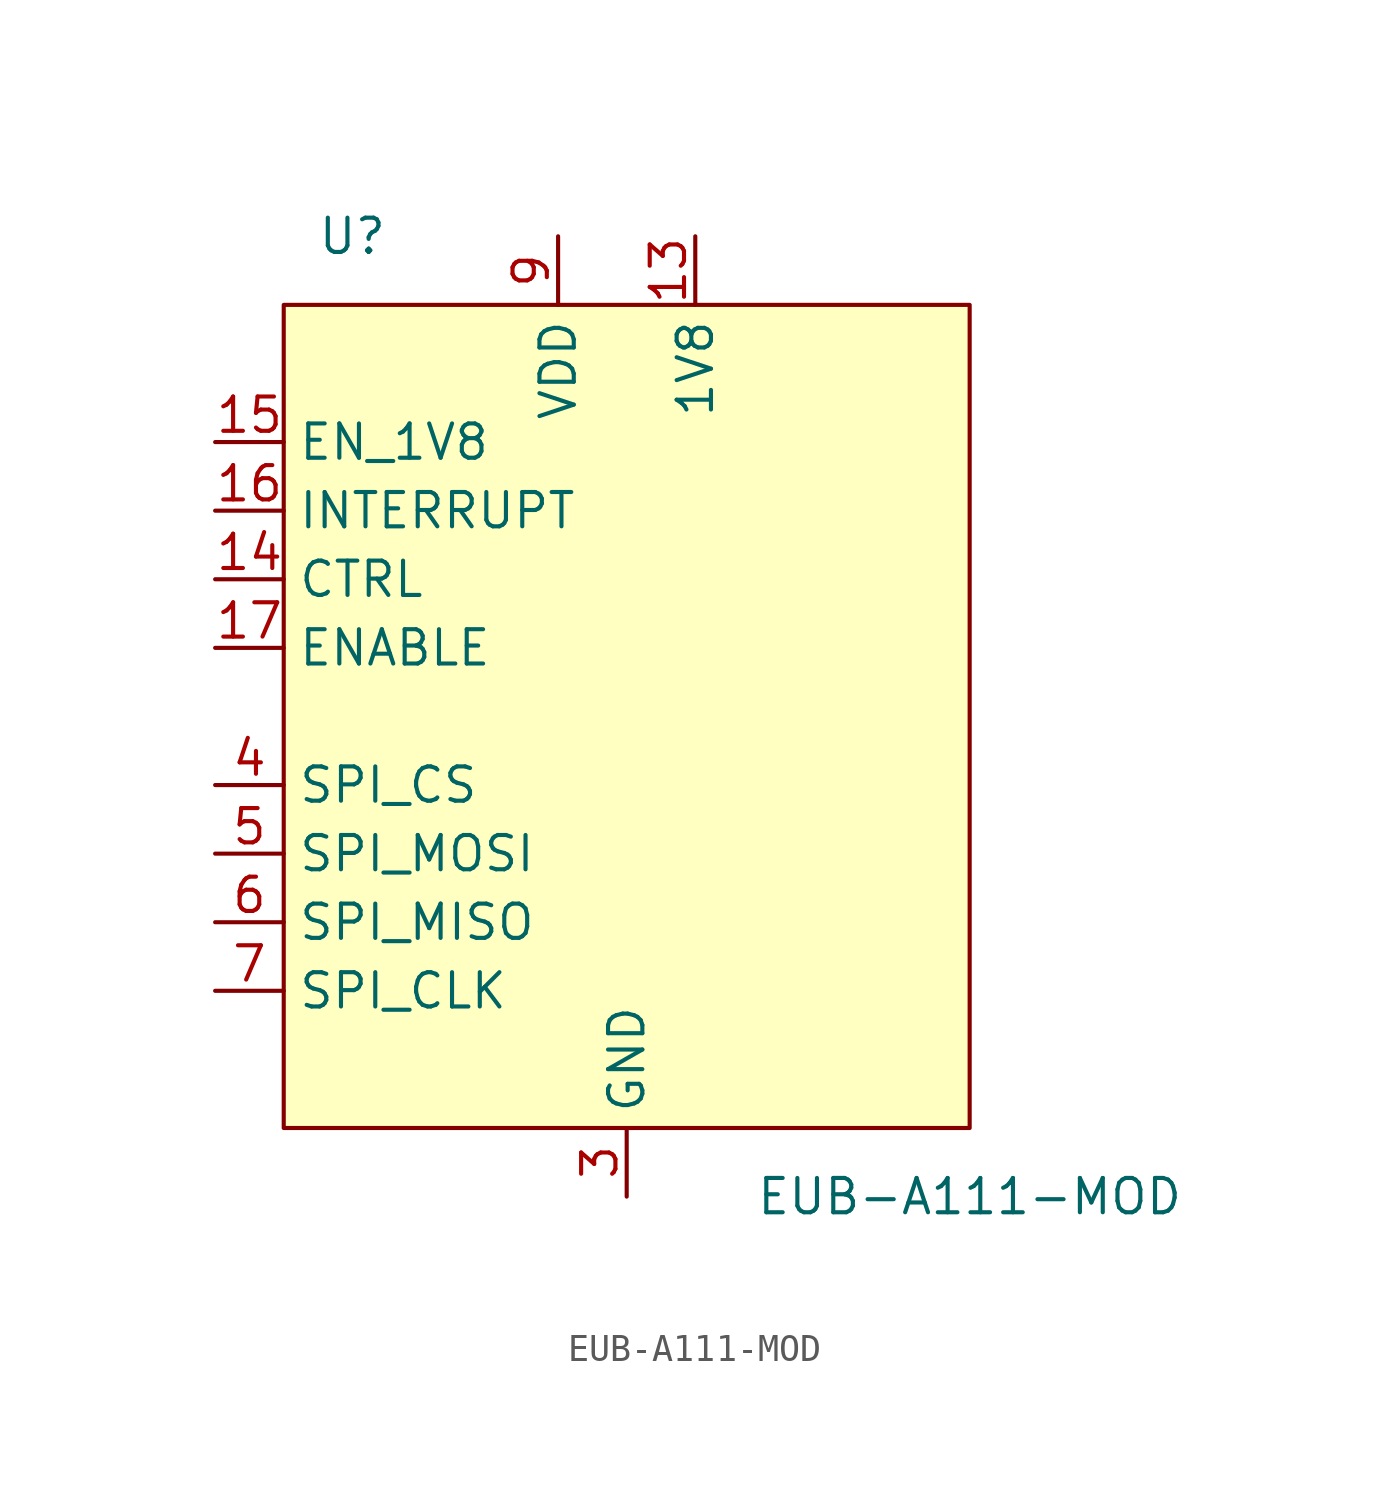
<source format=kicad_sym>
(kicad_symbol_lib
  (version 20211014)
  (generator kicad_symbol_editor)
  (symbol "EUB-A111-MOD"
    (property "Reference" "U"
      (at -10.16 17.78 0)
      (effects (font (size 1.27 1.27))))
    (property "Value" "EUB-A111-MOD"
      (at 12.7 -17.78 0)
      (effects (font (size 1.27 1.27))))
    (symbol "EUB-A111-MOD_0_0"
      (pin passive line (at 0 -17.78 90) (length 2.54) hide (name "GND" (effects (font (size 1.27 1.27)))) (number "1" (effects (font (size 1.27 1.27)))))
      (pin passive line (at 0 -17.78 90) (length 2.54) hide (name "GND" (effects (font (size 1.27 1.27)))) (number "10" (effects (font (size 1.27 1.27)))))
      (pin passive line (at 0 -17.78 90) (length 2.54) hide (name "GND" (effects (font (size 1.27 1.27)))) (number "11" (effects (font (size 1.27 1.27)))))
      (pin passive line (at 0 -17.78 90) (length 2.54) hide (name "GND" (effects (font (size 1.27 1.27)))) (number "12" (effects (font (size 1.27 1.27)))))
      (pin power_in line (at 2.54 17.78 270) (length 2.54) (name "1V8" (effects (font (size 1.27 1.27)))) (number "13" (effects (font (size 1.27 1.27)))))
      (pin bidirectional line (at -15.24 5.08 0) (length 2.54) (name "CTRL" (effects (font (size 1.27 1.27)))) (number "14" (effects (font (size 1.27 1.27)))))
      (pin input line (at -15.24 10.16 0) (length 2.54) (name "EN_1V8" (effects (font (size 1.27 1.27)))) (number "15" (effects (font (size 1.27 1.27)))))
      (pin output line (at -15.24 7.62 0) (length 2.54) (name "INTERRUPT" (effects (font (size 1.27 1.27)))) (number "16" (effects (font (size 1.27 1.27)))))
      (pin input line (at -15.24 2.54 0) (length 2.54) (name "ENABLE" (effects (font (size 1.27 1.27)))) (number "17" (effects (font (size 1.27 1.27)))))
      (pin passive line (at -2.54 17.78 270) (length 2.54) hide (name "VDD" (effects (font (size 1.27 1.27)))) (number "18" (effects (font (size 1.27 1.27)))))
      (pin passive line (at 0 -17.78 90) (length 2.54) hide (name "GND" (effects (font (size 1.27 1.27)))) (number "2" (effects (font (size 1.27 1.27)))))
      (pin power_in line (at 0 -17.78 90) (length 2.54) (name "GND" (effects (font (size 1.27 1.27)))) (number "3" (effects (font (size 1.27 1.27)))))
      (pin input line (at -15.24 -2.54 0) (length 2.54) (name "SPI_CS" (effects (font (size 1.27 1.27)))) (number "4" (effects (font (size 1.27 1.27)))))
      (pin input line (at -15.24 -5.08 0) (length 2.54) (name "SPI_MOSI" (effects (font (size 1.27 1.27)))) (number "5" (effects (font (size 1.27 1.27)))))
      (pin output line (at -15.24 -7.62 0) (length 2.54) (name "SPI_MISO" (effects (font (size 1.27 1.27)))) (number "6" (effects (font (size 1.27 1.27)))))
      (pin input line (at -15.24 -10.16 0) (length 2.54) (name "SPI_CLK" (effects (font (size 1.27 1.27)))) (number "7" (effects (font (size 1.27 1.27)))))
      (pin passive line (at 0 -17.78 90) (length 2.54) hide (name "GND" (effects (font (size 1.27 1.27)))) (number "8" (effects (font (size 1.27 1.27)))))
      (pin power_in line (at -2.54 17.78 270) (length 2.54) (name "VDD" (effects (font (size 1.27 1.27)))) (number "9" (effects (font (size 1.27 1.27))))))
    (symbol "EUB-A111-MOD_0_1"
      (rectangle (start -12.7 15.24) (end 12.7 -15.24) (stroke (width 0) (type default) (color 0 0 0 0)) (fill (type background))))))
</source>
